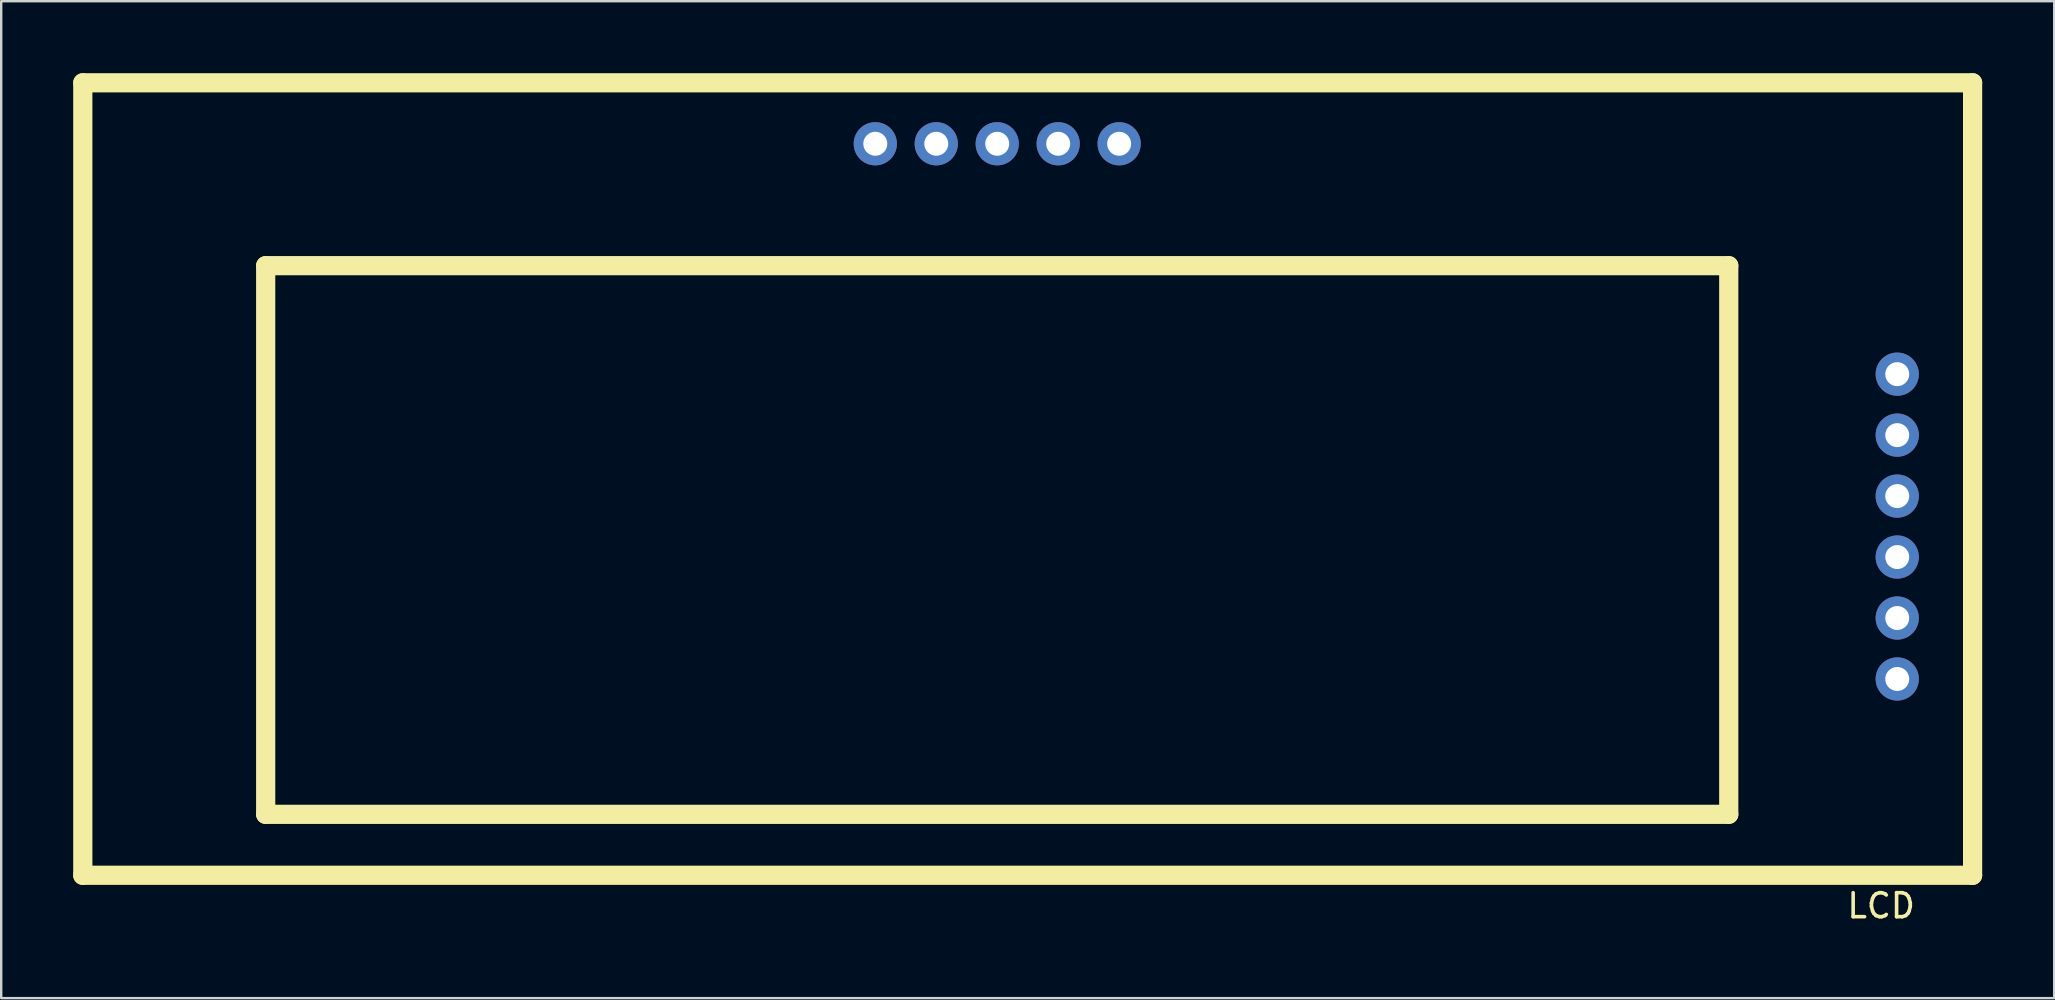
<source format=kicad_pcb>
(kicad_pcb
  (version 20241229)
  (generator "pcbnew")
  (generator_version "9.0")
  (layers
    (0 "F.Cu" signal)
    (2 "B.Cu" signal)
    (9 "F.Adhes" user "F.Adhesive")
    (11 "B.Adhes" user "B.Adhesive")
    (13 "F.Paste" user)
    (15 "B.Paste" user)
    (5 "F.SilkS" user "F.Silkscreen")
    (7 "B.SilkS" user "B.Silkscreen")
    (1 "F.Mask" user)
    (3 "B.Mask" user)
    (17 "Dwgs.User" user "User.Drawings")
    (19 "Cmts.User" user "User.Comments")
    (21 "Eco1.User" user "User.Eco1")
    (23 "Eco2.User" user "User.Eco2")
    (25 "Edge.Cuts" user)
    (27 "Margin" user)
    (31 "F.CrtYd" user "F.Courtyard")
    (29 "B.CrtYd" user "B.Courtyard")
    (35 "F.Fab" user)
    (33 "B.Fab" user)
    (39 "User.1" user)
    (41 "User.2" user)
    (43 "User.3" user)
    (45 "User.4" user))
  (footprint "LCD"
    (layer "F.Cu")
    (at 38.5 2.94)
    (property "Reference" "LCD" (at 36.83 31.75 0) (layer "F.SilkS") (effects (font (size 1 1) (thickness 0.15))))
    (attr through_hole)
    (fp_line (start -38.1 -2.54) (end 40.64 -2.54) (stroke (width 0.8) (type solid)) (layer "F.SilkS"))
    (fp_line (start -38.1 30.48) (end -38.1 -2.54) (stroke (width 0.8) (type solid)) (layer "F.SilkS"))
    (fp_line (start -30.48 5.08) (end 30.48 5.08) (stroke (width 0.8) (type solid)) (layer "F.SilkS"))
    (fp_line (start -30.48 27.94) (end -30.48 5.08) (stroke (width 0.8) (type solid)) (layer "F.SilkS"))
    (fp_line (start 30.48 5.08) (end 30.48 27.94) (stroke (width 0.8) (type solid)) (layer "F.SilkS"))
    (fp_line (start 30.48 27.94) (end -30.48 27.94) (stroke (width 0.8) (type solid)) (layer "F.SilkS"))
    (fp_line (start 40.64 -2.54) (end 40.64 30.48) (stroke (width 0.8) (type solid)) (layer "F.SilkS"))
    (fp_line (start 40.64 30.48) (end -38.1 30.48) (stroke (width 0.8) (type solid)) (layer "F.SilkS"))
    (pad "1" thru_hole circle (at 5.08 0) (size 1.8 1.8) (drill 1) (layers "*.Cu" "*.Mask"))
    (pad "2" thru_hole circle (at 2.54 0) (size 1.8 1.8) (drill 1) (layers "*.Cu" "*.Mask"))
    (pad "3" thru_hole circle (at 0 0) (size 1.8 1.8) (drill 1) (layers "*.Cu" "*.Mask"))
    (pad "4" thru_hole circle (at -2.54 0) (size 1.8 1.8) (drill 1) (layers "*.Cu" "*.Mask"))
    (pad "5" thru_hole circle (at -5.08 0) (size 1.8 1.8) (drill 1) (layers "*.Cu" "*.Mask"))
    (pad "6" thru_hole circle (at 37.5 9.6) (size 1.8 1.8) (drill 1) (layers "*.Cu" "*.Mask"))
    (pad "7" thru_hole circle (at 37.5 12.14) (size 1.8 1.8) (drill 1) (layers "*.Cu" "*.Mask"))
    (pad "8" thru_hole circle (at 37.5 14.68) (size 1.8 1.8) (drill 1) (layers "*.Cu" "*.Mask"))
    (pad "9" thru_hole circle (at 37.5 17.22) (size 1.8 1.8) (drill 1) (layers "*.Cu" "*.Mask"))
    (pad "10" thru_hole circle (at 37.5 19.76) (size 1.8 1.8) (drill 1) (layers "*.Cu" "*.Mask"))
    (pad "11" thru_hole circle (at 37.5 22.3) (size 1.8 1.8) (drill 1) (layers "*.Cu" "*.Mask")))
  (gr_rect
    (start -3 -3)
    (end 82.54 38.538)
    (stroke (width 0.1) (type default))
    (fill no)
    (layer "Edge.Cuts")))
</source>
